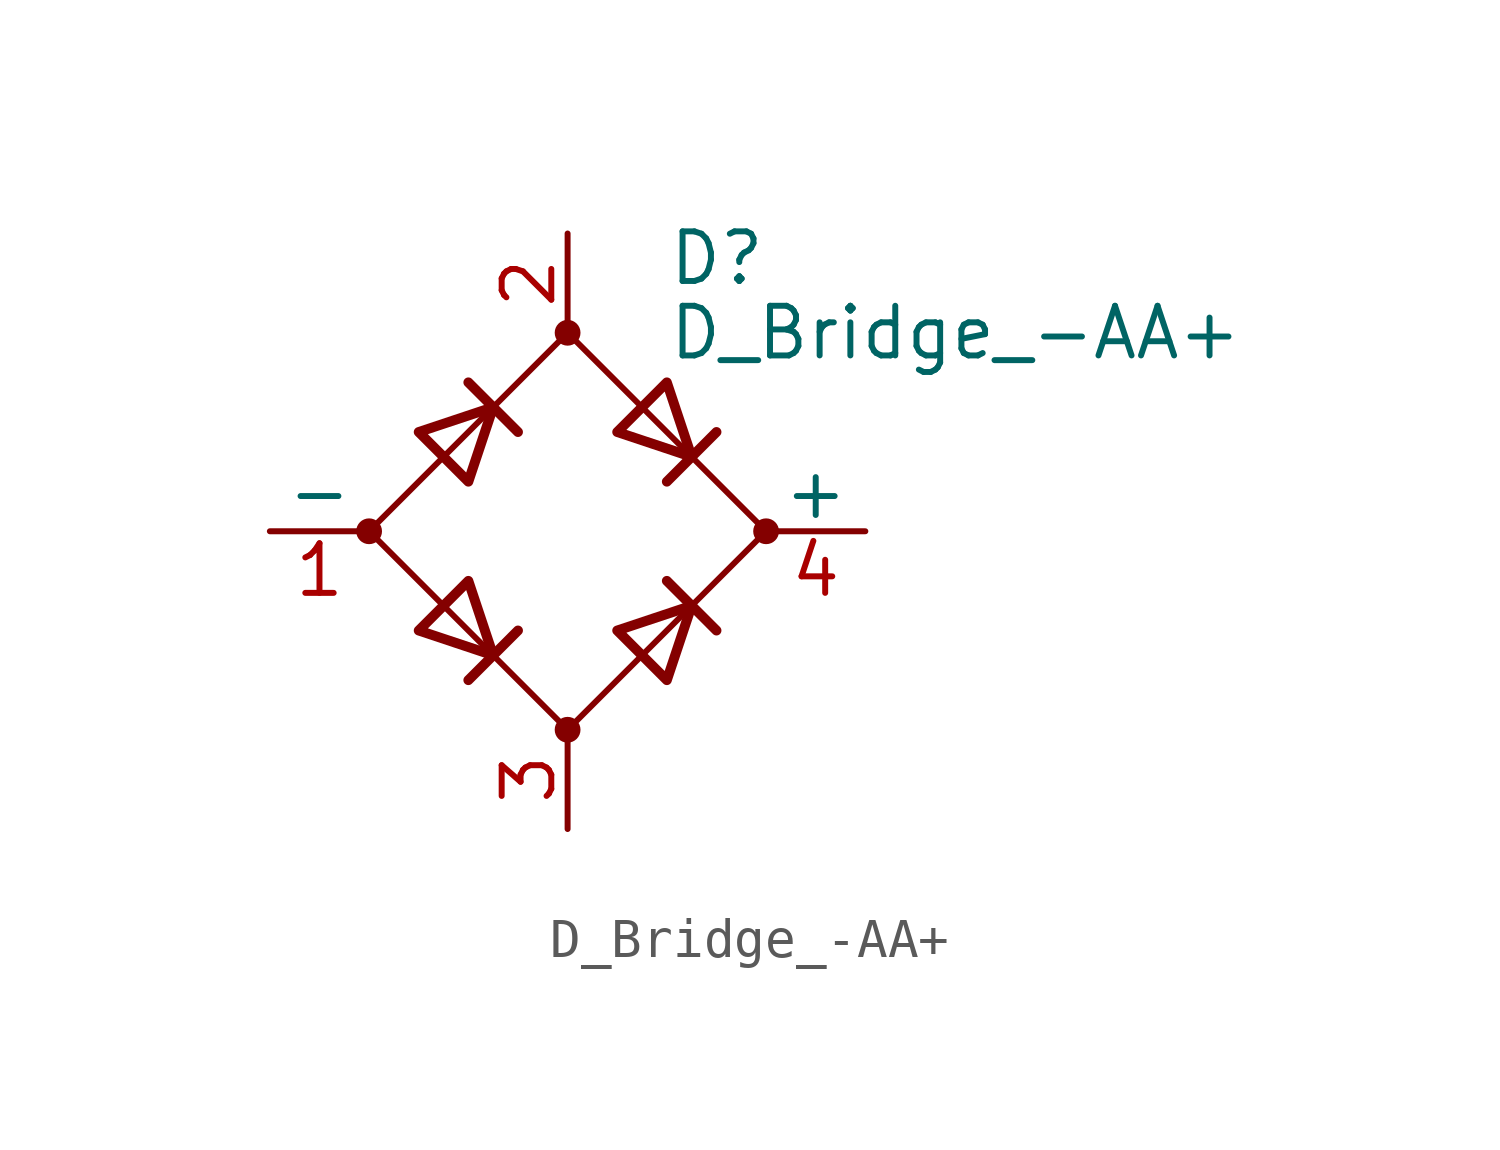
<source format=kicad_sym>
(kicad_symbol_lib
  (version 20201005)
  (generator kicad_symbol_editor)
  (symbol "D_Bridge_-AA+"
    (pin_names
      (offset 0))
    (property "Reference" "D"
      (at 2.54 6.985 0)
      (effects (font (size 1.27 1.27)) (justify left)))
    (property "Value" "D_Bridge_-AA+"
      (at 2.54 5.08 0)
      (effects (font (size 1.27 1.27)) (justify left)))
    (symbol "D_Bridge_-AA+_0_1"
      (circle (center -5.08 0) (radius 0.254) (stroke (width 0)) (fill (type outline)))
      (circle (center 0 -5.08) (radius 0.254) (stroke (width 0)) (fill (type outline)))
      (circle (center 0 5.08) (radius 0.254) (stroke (width 0)) (fill (type outline)))
      (circle (center 5.08 0) (radius 0.254) (stroke (width 0)) (fill (type outline)))
      (polyline (pts (xy -2.54 3.81) (xy -1.27 2.54)) (stroke (width 0.254)) (fill (type none)))
      (polyline (pts (xy -1.27 -2.54) (xy -2.54 -3.81)) (stroke (width 0.254)) (fill (type none)))
      (polyline (pts (xy 2.54 -1.27) (xy 3.81 -2.54)) (stroke (width 0.254)) (fill (type none)))
      (polyline (pts (xy 2.54 1.27) (xy 3.81 2.54)) (stroke (width 0.254)) (fill (type none)))
      (polyline (pts (xy -3.81 2.54) (xy -2.54 1.27) (xy -1.905 3.175) (xy -3.81 2.54)) (stroke (width 0.254)) (fill (type none)))
      (polyline (pts (xy -2.54 -1.27) (xy -3.81 -2.54) (xy -1.905 -3.175) (xy -2.54 -1.27)) (stroke (width 0.254)) (fill (type none)))
      (polyline (pts (xy 1.27 2.54) (xy 2.54 3.81) (xy 3.175 1.905) (xy 1.27 2.54)) (stroke (width 0.254)) (fill (type none)))
      (polyline (pts (xy 3.175 -1.905) (xy 1.27 -2.54) (xy 2.54 -3.81) (xy 3.175 -1.905)) (stroke (width 0.254)) (fill (type none)))
      (polyline (pts (xy -5.08 0) (xy 0 -5.08) (xy 5.08 0) (xy 0 5.08) (xy -5.08 0)) (stroke (width 0)) (fill (type none))))
    (symbol "D_Bridge_-AA+_1_1"
      (pin passive line (at -7.62 0 0) (length 2.54) (name "-" (effects (font (size 1.27 1.27)))) (number "1" (effects (font (size 1.27 1.27)))))
      (pin passive line (at 0 7.62 270) (length 2.54) (name "~~" (effects (font (size 1.27 1.27)))) (number "2" (effects (font (size 1.27 1.27)))))
      (pin passive line (at 0 -7.62 90) (length 2.54) (name "~~" (effects (font (size 1.27 1.27)))) (number "3" (effects (font (size 1.27 1.27)))))
      (pin passive line (at 7.62 0 180) (length 2.54) (name "+" (effects (font (size 1.27 1.27)))) (number "4" (effects (font (size 1.27 1.27))))))))
</source>
